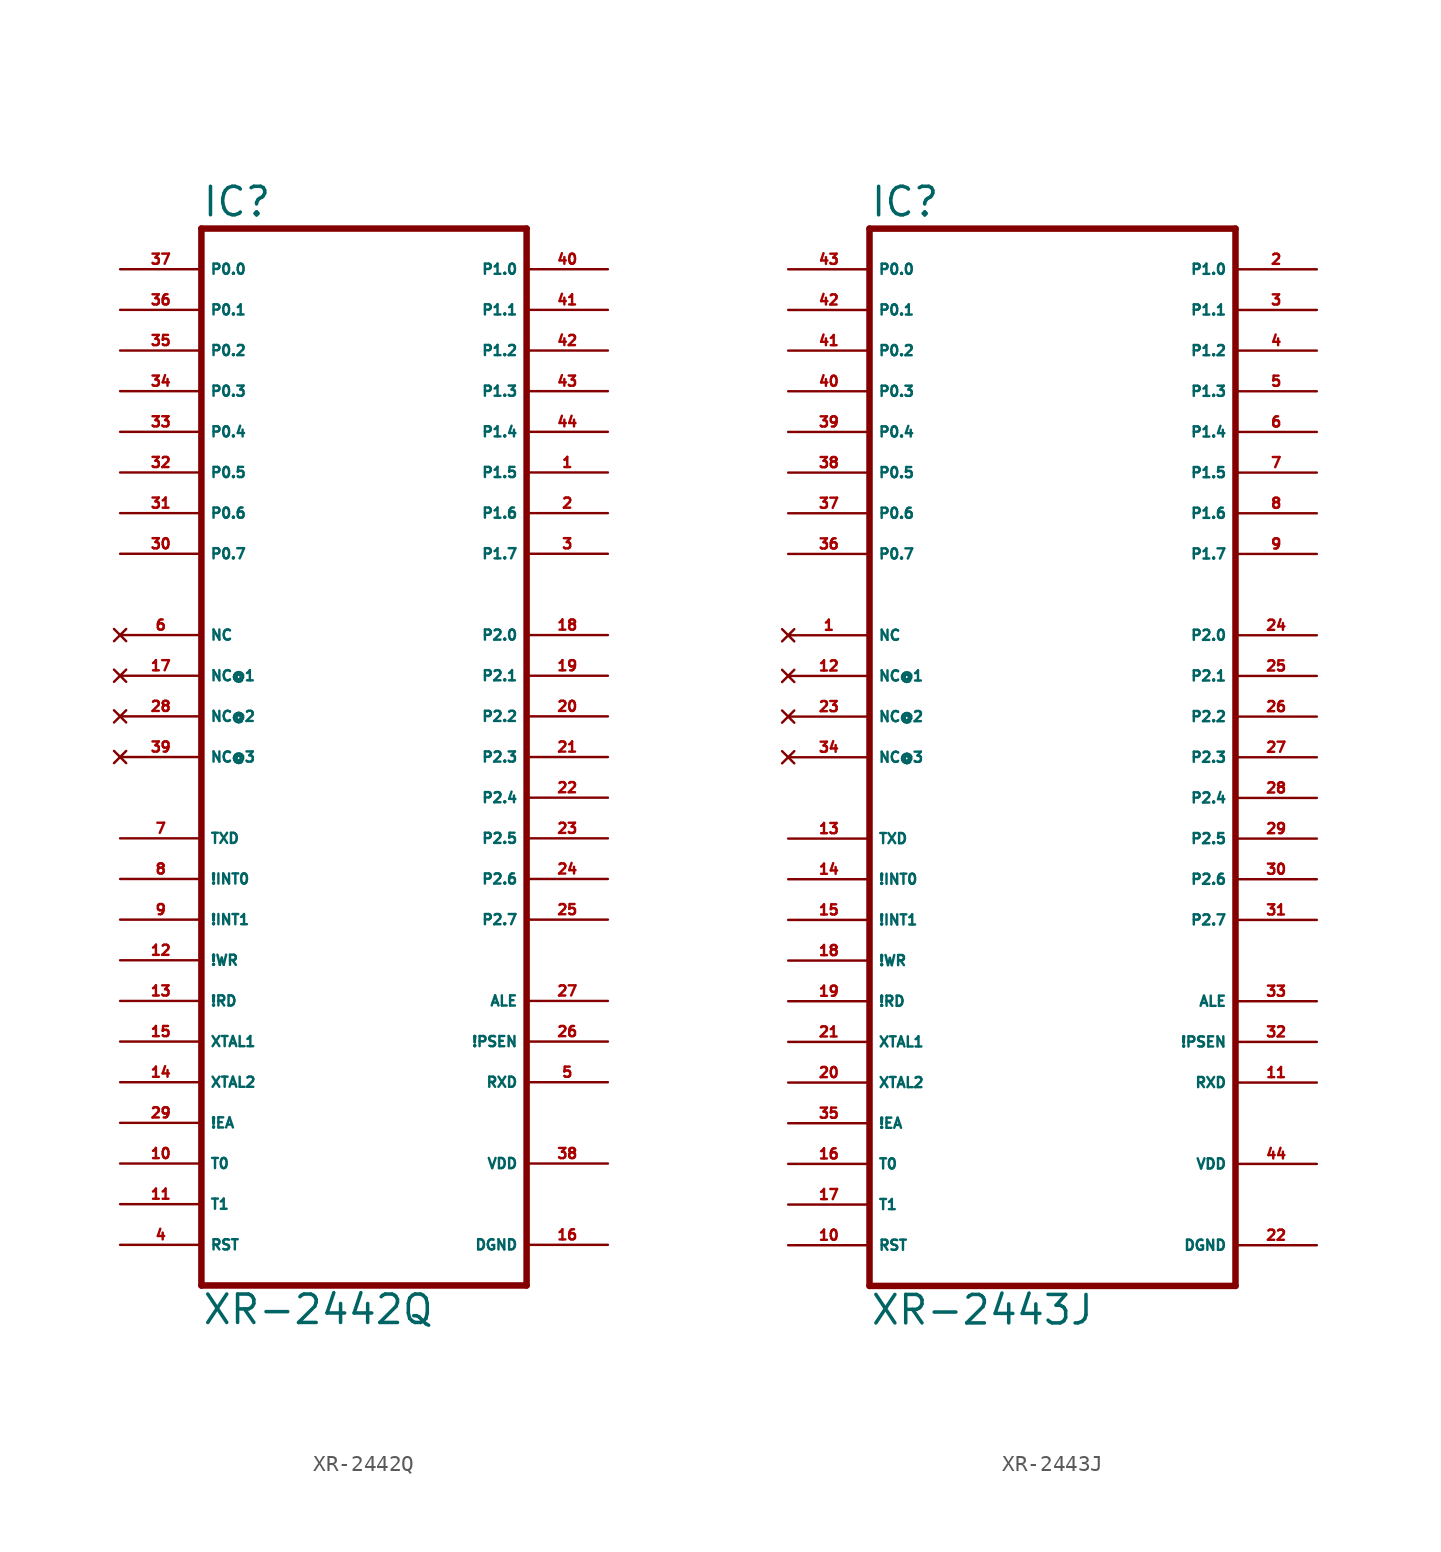
<source format=kicad_sym>
(kicad_symbol_lib
  (version 20220914)
  (generator Eagle2Kicad)
  (symbol "XR-2442Q"
    (property "Reference" "IC"
      (at -10.16 31.115 0)
      (effects (font (size 1.778 1.778) (thickness 0.22)) (justify left bottom)))
    (property "Value" "XR-2442Q"
      (at -10.16 -38.1 0)
      (effects (font (size 1.778 1.778) (thickness 0.22)) (justify left bottom)))
    (polyline
      (pts (xy -10.16 30.48) (xy 10.16 30.48))
      (stroke (width 0.406) (type default))
      (fill (type none)))
    (polyline
      (pts (xy 10.16 30.48) (xy 10.16 -35.56))
      (stroke (width 0.406) (type default))
      (fill (type none)))
    (polyline
      (pts (xy 10.16 -35.56) (xy -10.16 -35.56))
      (stroke (width 0.406) (type default))
      (fill (type none)))
    (polyline
      (pts (xy -10.16 -35.56) (xy -10.16 30.48))
      (stroke (width 0.406) (type default))
      (fill (type none)))
    (pin bidirectional line
      (at -15.24 27.94 0)
      (length 5.08)
      (name "P0.0" (effects (font (size 0.635 0.635) (thickness 0.08)) (justify left bottom)))
      (number "37" (effects (font (size 0.635 0.635) (thickness 0.08)) (justify left bottom))))
    (pin bidirectional line
      (at -15.24 25.4 0)
      (length 5.08)
      (name "P0.1" (effects (font (size 0.635 0.635) (thickness 0.08)) (justify left bottom)))
      (number "36" (effects (font (size 0.635 0.635) (thickness 0.08)) (justify left bottom))))
    (pin bidirectional line
      (at -15.24 22.86 0)
      (length 5.08)
      (name "P0.2" (effects (font (size 0.635 0.635) (thickness 0.08)) (justify left bottom)))
      (number "35" (effects (font (size 0.635 0.635) (thickness 0.08)) (justify left bottom))))
    (pin bidirectional line
      (at -15.24 20.32 0)
      (length 5.08)
      (name "P0.3" (effects (font (size 0.635 0.635) (thickness 0.08)) (justify left bottom)))
      (number "34" (effects (font (size 0.635 0.635) (thickness 0.08)) (justify left bottom))))
    (pin bidirectional line
      (at -15.24 17.78 0)
      (length 5.08)
      (name "P0.4" (effects (font (size 0.635 0.635) (thickness 0.08)) (justify left bottom)))
      (number "33" (effects (font (size 0.635 0.635) (thickness 0.08)) (justify left bottom))))
    (pin bidirectional line
      (at -15.24 15.24 0)
      (length 5.08)
      (name "P0.5" (effects (font (size 0.635 0.635) (thickness 0.08)) (justify left bottom)))
      (number "32" (effects (font (size 0.635 0.635) (thickness 0.08)) (justify left bottom))))
    (pin bidirectional line
      (at -15.24 12.7 0)
      (length 5.08)
      (name "P0.6" (effects (font (size 0.635 0.635) (thickness 0.08)) (justify left bottom)))
      (number "31" (effects (font (size 0.635 0.635) (thickness 0.08)) (justify left bottom))))
    (pin bidirectional line
      (at -15.24 10.16 0)
      (length 5.08)
      (name "P0.7" (effects (font (size 0.635 0.635) (thickness 0.08)) (justify left bottom)))
      (number "30" (effects (font (size 0.635 0.635) (thickness 0.08)) (justify left bottom))))
    (pin bidirectional line
      (at 15.24 25.4 180)
      (length 5.08)
      (name "P1.1" (effects (font (size 0.635 0.635) (thickness 0.08)) (justify left bottom)))
      (number "41" (effects (font (size 0.635 0.635) (thickness 0.08)) (justify left bottom))))
    (pin bidirectional line
      (at 15.24 22.86 180)
      (length 5.08)
      (name "P1.2" (effects (font (size 0.635 0.635) (thickness 0.08)) (justify left bottom)))
      (number "42" (effects (font (size 0.635 0.635) (thickness 0.08)) (justify left bottom))))
    (pin bidirectional line
      (at 15.24 20.32 180)
      (length 5.08)
      (name "P1.3" (effects (font (size 0.635 0.635) (thickness 0.08)) (justify left bottom)))
      (number "43" (effects (font (size 0.635 0.635) (thickness 0.08)) (justify left bottom))))
    (pin bidirectional line
      (at 15.24 17.78 180)
      (length 5.08)
      (name "P1.4" (effects (font (size 0.635 0.635) (thickness 0.08)) (justify left bottom)))
      (number "44" (effects (font (size 0.635 0.635) (thickness 0.08)) (justify left bottom))))
    (pin bidirectional line
      (at 15.24 15.24 180)
      (length 5.08)
      (name "P1.5" (effects (font (size 0.635 0.635) (thickness 0.08)) (justify left bottom)))
      (number "1" (effects (font (size 0.635 0.635) (thickness 0.08)) (justify left bottom))))
    (pin bidirectional line
      (at 15.24 12.7 180)
      (length 5.08)
      (name "P1.6" (effects (font (size 0.635 0.635) (thickness 0.08)) (justify left bottom)))
      (number "2" (effects (font (size 0.635 0.635) (thickness 0.08)) (justify left bottom))))
    (pin bidirectional line
      (at 15.24 10.16 180)
      (length 5.08)
      (name "P1.7" (effects (font (size 0.635 0.635) (thickness 0.08)) (justify left bottom)))
      (number "3" (effects (font (size 0.635 0.635) (thickness 0.08)) (justify left bottom))))
    (pin bidirectional line
      (at 15.24 27.94 180)
      (length 5.08)
      (name "P1.0" (effects (font (size 0.635 0.635) (thickness 0.08)) (justify left bottom)))
      (number "40" (effects (font (size 0.635 0.635) (thickness 0.08)) (justify left bottom))))
    (pin input line
      (at -15.24 -7.62 0)
      (length 5.08)
      (name "TXD" (effects (font (size 0.635 0.635) (thickness 0.08)) (justify left bottom)))
      (number "7" (effects (font (size 0.635 0.635) (thickness 0.08)) (justify left bottom))))
    (pin input line
      (at -15.24 -10.16 0)
      (length 5.08)
      (name "!INT0" (effects (font (size 0.635 0.635) (thickness 0.08)) (justify left bottom)))
      (number "8" (effects (font (size 0.635 0.635) (thickness 0.08)) (justify left bottom))))
    (pin input line
      (at -15.24 -12.7 0)
      (length 5.08)
      (name "!INT1" (effects (font (size 0.635 0.635) (thickness 0.08)) (justify left bottom)))
      (number "9" (effects (font (size 0.635 0.635) (thickness 0.08)) (justify left bottom))))
    (pin input line
      (at -15.24 -15.24 0)
      (length 5.08)
      (name "!WR" (effects (font (size 0.635 0.635) (thickness 0.08)) (justify left bottom)))
      (number "12" (effects (font (size 0.635 0.635) (thickness 0.08)) (justify left bottom))))
    (pin input line
      (at -15.24 -17.78 0)
      (length 5.08)
      (name "!RD" (effects (font (size 0.635 0.635) (thickness 0.08)) (justify left bottom)))
      (number "13" (effects (font (size 0.635 0.635) (thickness 0.08)) (justify left bottom))))
    (pin input line
      (at -15.24 -20.32 0)
      (length 5.08)
      (name "XTAL1" (effects (font (size 0.635 0.635) (thickness 0.08)) (justify left bottom)))
      (number "15" (effects (font (size 0.635 0.635) (thickness 0.08)) (justify left bottom))))
    (pin input line
      (at -15.24 -22.86 0)
      (length 5.08)
      (name "XTAL2" (effects (font (size 0.635 0.635) (thickness 0.08)) (justify left bottom)))
      (number "14" (effects (font (size 0.635 0.635) (thickness 0.08)) (justify left bottom))))
    (pin output line
      (at 15.24 -20.32 180)
      (length 5.08)
      (name "!PSEN" (effects (font (size 0.635 0.635) (thickness 0.08)) (justify left bottom)))
      (number "26" (effects (font (size 0.635 0.635) (thickness 0.08)) (justify left bottom))))
    (pin output line
      (at 15.24 -17.78 180)
      (length 5.08)
      (name "ALE" (effects (font (size 0.635 0.635) (thickness 0.08)) (justify left bottom)))
      (number "27" (effects (font (size 0.635 0.635) (thickness 0.08)) (justify left bottom))))
    (pin input line
      (at -15.24 -25.4 0)
      (length 5.08)
      (name "!EA" (effects (font (size 0.635 0.635) (thickness 0.08)) (justify left bottom)))
      (number "29" (effects (font (size 0.635 0.635) (thickness 0.08)) (justify left bottom))))
    (pin bidirectional line
      (at 15.24 5.08 180)
      (length 5.08)
      (name "P2.0" (effects (font (size 0.635 0.635) (thickness 0.08)) (justify left bottom)))
      (number "18" (effects (font (size 0.635 0.635) (thickness 0.08)) (justify left bottom))))
    (pin bidirectional line
      (at 15.24 2.54 180)
      (length 5.08)
      (name "P2.1" (effects (font (size 0.635 0.635) (thickness 0.08)) (justify left bottom)))
      (number "19" (effects (font (size 0.635 0.635) (thickness 0.08)) (justify left bottom))))
    (pin bidirectional line
      (at 15.24 0 180)
      (length 5.08)
      (name "P2.2" (effects (font (size 0.635 0.635) (thickness 0.08)) (justify left bottom)))
      (number "20" (effects (font (size 0.635 0.635) (thickness 0.08)) (justify left bottom))))
    (pin bidirectional line
      (at 15.24 -2.54 180)
      (length 5.08)
      (name "P2.3" (effects (font (size 0.635 0.635) (thickness 0.08)) (justify left bottom)))
      (number "21" (effects (font (size 0.635 0.635) (thickness 0.08)) (justify left bottom))))
    (pin bidirectional line
      (at 15.24 -5.08 180)
      (length 5.08)
      (name "P2.4" (effects (font (size 0.635 0.635) (thickness 0.08)) (justify left bottom)))
      (number "22" (effects (font (size 0.635 0.635) (thickness 0.08)) (justify left bottom))))
    (pin bidirectional line
      (at 15.24 -7.62 180)
      (length 5.08)
      (name "P2.5" (effects (font (size 0.635 0.635) (thickness 0.08)) (justify left bottom)))
      (number "23" (effects (font (size 0.635 0.635) (thickness 0.08)) (justify left bottom))))
    (pin bidirectional line
      (at 15.24 -10.16 180)
      (length 5.08)
      (name "P2.6" (effects (font (size 0.635 0.635) (thickness 0.08)) (justify left bottom)))
      (number "24" (effects (font (size 0.635 0.635) (thickness 0.08)) (justify left bottom))))
    (pin bidirectional line
      (at 15.24 -12.7 180)
      (length 5.08)
      (name "P2.7" (effects (font (size 0.635 0.635) (thickness 0.08)) (justify left bottom)))
      (number "25" (effects (font (size 0.635 0.635) (thickness 0.08)) (justify left bottom))))
    (pin input line
      (at -15.24 -27.94 0)
      (length 5.08)
      (name "T0" (effects (font (size 0.635 0.635) (thickness 0.08)) (justify left bottom)))
      (number "10" (effects (font (size 0.635 0.635) (thickness 0.08)) (justify left bottom))))
    (pin input line
      (at -15.24 -30.48 0)
      (length 5.08)
      (name "T1" (effects (font (size 0.635 0.635) (thickness 0.08)) (justify left bottom)))
      (number "11" (effects (font (size 0.635 0.635) (thickness 0.08)) (justify left bottom))))
    (pin unspecified line
      (at 15.24 -27.94 180)
      (length 5.08)
      (name "VDD" (effects (font (size 0.635 0.635) (thickness 0.08)) (justify left bottom)))
      (number "38" (effects (font (size 0.635 0.635) (thickness 0.08)) (justify left bottom))))
    (pin unspecified line
      (at 15.24 -33.02 180)
      (length 5.08)
      (name "DGND" (effects (font (size 0.635 0.635) (thickness 0.08)) (justify left bottom)))
      (number "16" (effects (font (size 0.635 0.635) (thickness 0.08)) (justify left bottom))))
    (pin input line
      (at -15.24 -33.02 0)
      (length 5.08)
      (name "RST" (effects (font (size 0.635 0.635) (thickness 0.08)) (justify left bottom)))
      (number "4" (effects (font (size 0.635 0.635) (thickness 0.08)) (justify left bottom))))
    (pin output line
      (at 15.24 -22.86 180)
      (length 5.08)
      (name "RXD" (effects (font (size 0.635 0.635) (thickness 0.08)) (justify left bottom)))
      (number "5" (effects (font (size 0.635 0.635) (thickness 0.08)) (justify left bottom))))
    (pin no_connect line
      (at -15.24 5.08 0)
      (length 5.08)
      (name "NC" (effects (font (size 0.635 0.635) (thickness 0.08)) (justify left bottom) hide))
      (number "6" (effects (font (size 0.635 0.635) (thickness 0.08)) (justify left bottom) hide)))
    (pin no_connect line
      (at -15.24 2.54 0)
      (length 5.08)
      (name "NC@1" (effects (font (size 0.635 0.635) (thickness 0.08)) (justify left bottom) hide))
      (number "17" (effects (font (size 0.635 0.635) (thickness 0.08)) (justify left bottom) hide)))
    (pin no_connect line
      (at -15.24 0 0)
      (length 5.08)
      (name "NC@2" (effects (font (size 0.635 0.635) (thickness 0.08)) (justify left bottom) hide))
      (number "28" (effects (font (size 0.635 0.635) (thickness 0.08)) (justify left bottom) hide)))
    (pin no_connect line
      (at -15.24 -2.54 0)
      (length 5.08)
      (name "NC@3" (effects (font (size 0.635 0.635) (thickness 0.08)) (justify left bottom) hide))
      (number "39" (effects (font (size 0.635 0.635) (thickness 0.08)) (justify left bottom) hide))))
  (symbol "XR-2443J"
    (property "Reference" "IC"
      (at -10.16 31.115 0)
      (effects (font (size 1.778 1.778) (thickness 0.22)) (justify left bottom)))
    (property "Value" "XR-2443J"
      (at -10.16 -38.1 0)
      (effects (font (size 1.778 1.778) (thickness 0.22)) (justify left bottom)))
    (polyline
      (pts (xy -10.16 30.48) (xy 12.7 30.48))
      (stroke (width 0.406) (type default))
      (fill (type none)))
    (polyline
      (pts (xy 12.7 30.48) (xy 12.7 -35.56))
      (stroke (width 0.406) (type default))
      (fill (type none)))
    (polyline
      (pts (xy 12.7 -35.56) (xy -10.16 -35.56))
      (stroke (width 0.406) (type default))
      (fill (type none)))
    (polyline
      (pts (xy -10.16 -35.56) (xy -10.16 30.48))
      (stroke (width 0.406) (type default))
      (fill (type none)))
    (pin bidirectional line
      (at -15.24 27.94 0)
      (length 5.08)
      (name "P0.0" (effects (font (size 0.635 0.635) (thickness 0.08)) (justify left bottom)))
      (number "43" (effects (font (size 0.635 0.635) (thickness 0.08)) (justify left bottom))))
    (pin bidirectional line
      (at -15.24 25.4 0)
      (length 5.08)
      (name "P0.1" (effects (font (size 0.635 0.635) (thickness 0.08)) (justify left bottom)))
      (number "42" (effects (font (size 0.635 0.635) (thickness 0.08)) (justify left bottom))))
    (pin bidirectional line
      (at -15.24 22.86 0)
      (length 5.08)
      (name "P0.2" (effects (font (size 0.635 0.635) (thickness 0.08)) (justify left bottom)))
      (number "41" (effects (font (size 0.635 0.635) (thickness 0.08)) (justify left bottom))))
    (pin bidirectional line
      (at -15.24 20.32 0)
      (length 5.08)
      (name "P0.3" (effects (font (size 0.635 0.635) (thickness 0.08)) (justify left bottom)))
      (number "40" (effects (font (size 0.635 0.635) (thickness 0.08)) (justify left bottom))))
    (pin bidirectional line
      (at -15.24 17.78 0)
      (length 5.08)
      (name "P0.4" (effects (font (size 0.635 0.635) (thickness 0.08)) (justify left bottom)))
      (number "39" (effects (font (size 0.635 0.635) (thickness 0.08)) (justify left bottom))))
    (pin bidirectional line
      (at -15.24 15.24 0)
      (length 5.08)
      (name "P0.5" (effects (font (size 0.635 0.635) (thickness 0.08)) (justify left bottom)))
      (number "38" (effects (font (size 0.635 0.635) (thickness 0.08)) (justify left bottom))))
    (pin bidirectional line
      (at -15.24 12.7 0)
      (length 5.08)
      (name "P0.6" (effects (font (size 0.635 0.635) (thickness 0.08)) (justify left bottom)))
      (number "37" (effects (font (size 0.635 0.635) (thickness 0.08)) (justify left bottom))))
    (pin bidirectional line
      (at -15.24 10.16 0)
      (length 5.08)
      (name "P0.7" (effects (font (size 0.635 0.635) (thickness 0.08)) (justify left bottom)))
      (number "36" (effects (font (size 0.635 0.635) (thickness 0.08)) (justify left bottom))))
    (pin bidirectional line
      (at 17.78 25.4 180)
      (length 5.08)
      (name "P1.1" (effects (font (size 0.635 0.635) (thickness 0.08)) (justify left bottom)))
      (number "3" (effects (font (size 0.635 0.635) (thickness 0.08)) (justify left bottom))))
    (pin bidirectional line
      (at 17.78 22.86 180)
      (length 5.08)
      (name "P1.2" (effects (font (size 0.635 0.635) (thickness 0.08)) (justify left bottom)))
      (number "4" (effects (font (size 0.635 0.635) (thickness 0.08)) (justify left bottom))))
    (pin bidirectional line
      (at 17.78 20.32 180)
      (length 5.08)
      (name "P1.3" (effects (font (size 0.635 0.635) (thickness 0.08)) (justify left bottom)))
      (number "5" (effects (font (size 0.635 0.635) (thickness 0.08)) (justify left bottom))))
    (pin bidirectional line
      (at 17.78 17.78 180)
      (length 5.08)
      (name "P1.4" (effects (font (size 0.635 0.635) (thickness 0.08)) (justify left bottom)))
      (number "6" (effects (font (size 0.635 0.635) (thickness 0.08)) (justify left bottom))))
    (pin bidirectional line
      (at 17.78 15.24 180)
      (length 5.08)
      (name "P1.5" (effects (font (size 0.635 0.635) (thickness 0.08)) (justify left bottom)))
      (number "7" (effects (font (size 0.635 0.635) (thickness 0.08)) (justify left bottom))))
    (pin bidirectional line
      (at 17.78 12.7 180)
      (length 5.08)
      (name "P1.6" (effects (font (size 0.635 0.635) (thickness 0.08)) (justify left bottom)))
      (number "8" (effects (font (size 0.635 0.635) (thickness 0.08)) (justify left bottom))))
    (pin bidirectional line
      (at 17.78 10.16 180)
      (length 5.08)
      (name "P1.7" (effects (font (size 0.635 0.635) (thickness 0.08)) (justify left bottom)))
      (number "9" (effects (font (size 0.635 0.635) (thickness 0.08)) (justify left bottom))))
    (pin bidirectional line
      (at 17.78 27.94 180)
      (length 5.08)
      (name "P1.0" (effects (font (size 0.635 0.635) (thickness 0.08)) (justify left bottom)))
      (number "2" (effects (font (size 0.635 0.635) (thickness 0.08)) (justify left bottom))))
    (pin input line
      (at -15.24 -7.62 0)
      (length 5.08)
      (name "TXD" (effects (font (size 0.635 0.635) (thickness 0.08)) (justify left bottom)))
      (number "13" (effects (font (size 0.635 0.635) (thickness 0.08)) (justify left bottom))))
    (pin input line
      (at -15.24 -10.16 0)
      (length 5.08)
      (name "!INT0" (effects (font (size 0.635 0.635) (thickness 0.08)) (justify left bottom)))
      (number "14" (effects (font (size 0.635 0.635) (thickness 0.08)) (justify left bottom))))
    (pin input line
      (at -15.24 -12.7 0)
      (length 5.08)
      (name "!INT1" (effects (font (size 0.635 0.635) (thickness 0.08)) (justify left bottom)))
      (number "15" (effects (font (size 0.635 0.635) (thickness 0.08)) (justify left bottom))))
    (pin input line
      (at -15.24 -15.24 0)
      (length 5.08)
      (name "!WR" (effects (font (size 0.635 0.635) (thickness 0.08)) (justify left bottom)))
      (number "18" (effects (font (size 0.635 0.635) (thickness 0.08)) (justify left bottom))))
    (pin input line
      (at -15.24 -17.78 0)
      (length 5.08)
      (name "!RD" (effects (font (size 0.635 0.635) (thickness 0.08)) (justify left bottom)))
      (number "19" (effects (font (size 0.635 0.635) (thickness 0.08)) (justify left bottom))))
    (pin input line
      (at -15.24 -20.32 0)
      (length 5.08)
      (name "XTAL1" (effects (font (size 0.635 0.635) (thickness 0.08)) (justify left bottom)))
      (number "21" (effects (font (size 0.635 0.635) (thickness 0.08)) (justify left bottom))))
    (pin input line
      (at -15.24 -22.86 0)
      (length 5.08)
      (name "XTAL2" (effects (font (size 0.635 0.635) (thickness 0.08)) (justify left bottom)))
      (number "20" (effects (font (size 0.635 0.635) (thickness 0.08)) (justify left bottom))))
    (pin output line
      (at 17.78 -20.32 180)
      (length 5.08)
      (name "!PSEN" (effects (font (size 0.635 0.635) (thickness 0.08)) (justify left bottom)))
      (number "32" (effects (font (size 0.635 0.635) (thickness 0.08)) (justify left bottom))))
    (pin output line
      (at 17.78 -17.78 180)
      (length 5.08)
      (name "ALE" (effects (font (size 0.635 0.635) (thickness 0.08)) (justify left bottom)))
      (number "33" (effects (font (size 0.635 0.635) (thickness 0.08)) (justify left bottom))))
    (pin input line
      (at -15.24 -25.4 0)
      (length 5.08)
      (name "!EA" (effects (font (size 0.635 0.635) (thickness 0.08)) (justify left bottom)))
      (number "35" (effects (font (size 0.635 0.635) (thickness 0.08)) (justify left bottom))))
    (pin bidirectional line
      (at 17.78 5.08 180)
      (length 5.08)
      (name "P2.0" (effects (font (size 0.635 0.635) (thickness 0.08)) (justify left bottom)))
      (number "24" (effects (font (size 0.635 0.635) (thickness 0.08)) (justify left bottom))))
    (pin bidirectional line
      (at 17.78 2.54 180)
      (length 5.08)
      (name "P2.1" (effects (font (size 0.635 0.635) (thickness 0.08)) (justify left bottom)))
      (number "25" (effects (font (size 0.635 0.635) (thickness 0.08)) (justify left bottom))))
    (pin bidirectional line
      (at 17.78 0 180)
      (length 5.08)
      (name "P2.2" (effects (font (size 0.635 0.635) (thickness 0.08)) (justify left bottom)))
      (number "26" (effects (font (size 0.635 0.635) (thickness 0.08)) (justify left bottom))))
    (pin bidirectional line
      (at 17.78 -2.54 180)
      (length 5.08)
      (name "P2.3" (effects (font (size 0.635 0.635) (thickness 0.08)) (justify left bottom)))
      (number "27" (effects (font (size 0.635 0.635) (thickness 0.08)) (justify left bottom))))
    (pin bidirectional line
      (at 17.78 -5.08 180)
      (length 5.08)
      (name "P2.4" (effects (font (size 0.635 0.635) (thickness 0.08)) (justify left bottom)))
      (number "28" (effects (font (size 0.635 0.635) (thickness 0.08)) (justify left bottom))))
    (pin bidirectional line
      (at 17.78 -7.62 180)
      (length 5.08)
      (name "P2.5" (effects (font (size 0.635 0.635) (thickness 0.08)) (justify left bottom)))
      (number "29" (effects (font (size 0.635 0.635) (thickness 0.08)) (justify left bottom))))
    (pin bidirectional line
      (at 17.78 -10.16 180)
      (length 5.08)
      (name "P2.6" (effects (font (size 0.635 0.635) (thickness 0.08)) (justify left bottom)))
      (number "30" (effects (font (size 0.635 0.635) (thickness 0.08)) (justify left bottom))))
    (pin bidirectional line
      (at 17.78 -12.7 180)
      (length 5.08)
      (name "P2.7" (effects (font (size 0.635 0.635) (thickness 0.08)) (justify left bottom)))
      (number "31" (effects (font (size 0.635 0.635) (thickness 0.08)) (justify left bottom))))
    (pin input line
      (at -15.24 -27.94 0)
      (length 5.08)
      (name "T0" (effects (font (size 0.635 0.635) (thickness 0.08)) (justify left bottom)))
      (number "16" (effects (font (size 0.635 0.635) (thickness 0.08)) (justify left bottom))))
    (pin input line
      (at -15.24 -30.48 0)
      (length 5.08)
      (name "T1" (effects (font (size 0.635 0.635) (thickness 0.08)) (justify left bottom)))
      (number "17" (effects (font (size 0.635 0.635) (thickness 0.08)) (justify left bottom))))
    (pin unspecified line
      (at 17.78 -27.94 180)
      (length 5.08)
      (name "VDD" (effects (font (size 0.635 0.635) (thickness 0.08)) (justify left bottom)))
      (number "44" (effects (font (size 0.635 0.635) (thickness 0.08)) (justify left bottom))))
    (pin unspecified line
      (at 17.78 -33.02 180)
      (length 5.08)
      (name "DGND" (effects (font (size 0.635 0.635) (thickness 0.08)) (justify left bottom)))
      (number "22" (effects (font (size 0.635 0.635) (thickness 0.08)) (justify left bottom))))
    (pin input line
      (at -15.24 -33.02 0)
      (length 5.08)
      (name "RST" (effects (font (size 0.635 0.635) (thickness 0.08)) (justify left bottom)))
      (number "10" (effects (font (size 0.635 0.635) (thickness 0.08)) (justify left bottom))))
    (pin output line
      (at 17.78 -22.86 180)
      (length 5.08)
      (name "RXD" (effects (font (size 0.635 0.635) (thickness 0.08)) (justify left bottom)))
      (number "11" (effects (font (size 0.635 0.635) (thickness 0.08)) (justify left bottom))))
    (pin no_connect line
      (at -15.24 5.08 0)
      (length 5.08)
      (name "NC" (effects (font (size 0.635 0.635) (thickness 0.08)) (justify left bottom) hide))
      (number "1" (effects (font (size 0.635 0.635) (thickness 0.08)) (justify left bottom) hide)))
    (pin no_connect line
      (at -15.24 2.54 0)
      (length 5.08)
      (name "NC@1" (effects (font (size 0.635 0.635) (thickness 0.08)) (justify left bottom) hide))
      (number "12" (effects (font (size 0.635 0.635) (thickness 0.08)) (justify left bottom) hide)))
    (pin no_connect line
      (at -15.24 0 0)
      (length 5.08)
      (name "NC@2" (effects (font (size 0.635 0.635) (thickness 0.08)) (justify left bottom) hide))
      (number "23" (effects (font (size 0.635 0.635) (thickness 0.08)) (justify left bottom) hide)))
    (pin no_connect line
      (at -15.24 -2.54 0)
      (length 5.08)
      (name "NC@3" (effects (font (size 0.635 0.635) (thickness 0.08)) (justify left bottom) hide))
      (number "34" (effects (font (size 0.635 0.635) (thickness 0.08)) (justify left bottom) hide)))))
</source>
